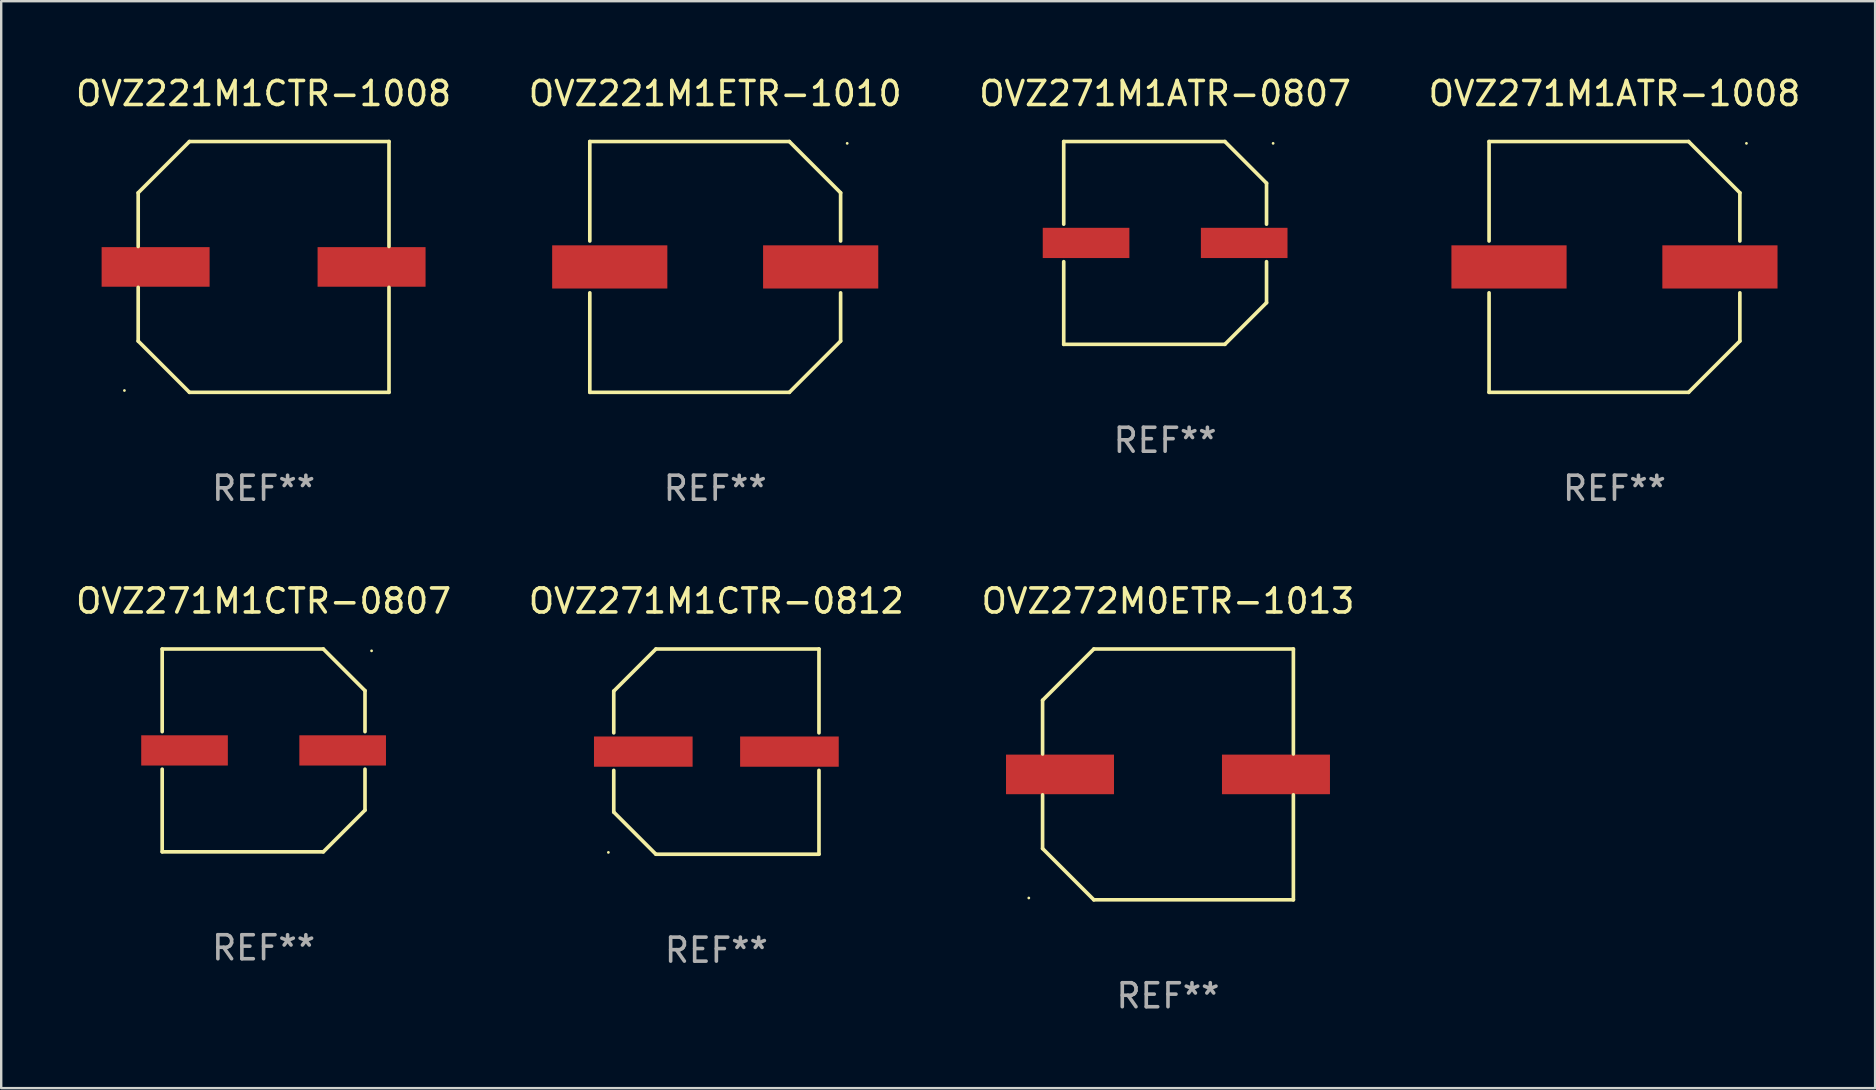
<source format=kicad_pcb>
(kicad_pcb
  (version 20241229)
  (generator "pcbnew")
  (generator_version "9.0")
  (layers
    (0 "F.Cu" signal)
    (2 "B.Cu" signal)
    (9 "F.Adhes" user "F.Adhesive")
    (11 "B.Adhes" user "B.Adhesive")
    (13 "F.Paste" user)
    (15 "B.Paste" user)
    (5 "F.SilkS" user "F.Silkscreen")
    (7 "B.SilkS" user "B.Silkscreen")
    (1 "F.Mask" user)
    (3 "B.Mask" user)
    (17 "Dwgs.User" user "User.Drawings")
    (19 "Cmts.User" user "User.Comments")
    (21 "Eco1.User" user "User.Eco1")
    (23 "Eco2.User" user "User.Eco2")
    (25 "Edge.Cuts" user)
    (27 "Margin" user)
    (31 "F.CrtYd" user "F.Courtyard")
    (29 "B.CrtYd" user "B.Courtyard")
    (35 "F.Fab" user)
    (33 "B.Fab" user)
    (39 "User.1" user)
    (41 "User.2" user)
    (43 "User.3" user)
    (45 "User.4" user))
  (footprint "OVZ272M0ETR-1013"
    (layer "F.Cu")
    (at 45.625 29.223)
    (property "Reference" "OVZ272M0ETR-1013" (at 0 -7.226 0) (layer "F.SilkS") (effects (font (size 1 1) (thickness 0.15))))
    (attr through_hole)
    (fp_line (start -5.226 -3.09) (end -5.226 -0.852) (stroke (width 0.152) (type solid)) (layer "F.SilkS"))
    (fp_line (start -5.226 3.09) (end -5.226 0.852) (stroke (width 0.152) (type solid)) (layer "F.SilkS"))
    (fp_line (start -3.09 -5.226) (end -5.226 -3.09) (stroke (width 0.152) (type solid)) (layer "F.SilkS"))
    (fp_line (start -3.09 5.226) (end -5.226 3.09) (stroke (width 0.152) (type solid)) (layer "F.SilkS"))
    (fp_line (start 5.226 -5.226) (end -3.09 -5.226) (stroke (width 0.152) (type solid)) (layer "F.SilkS"))
    (fp_line (start 5.226 -0.852) (end 5.226 -5.226) (stroke (width 0.152) (type solid)) (layer "F.SilkS"))
    (fp_line (start 5.226 0.852) (end 5.226 5.226) (stroke (width 0.152) (type solid)) (layer "F.SilkS"))
    (fp_line (start 5.226 5.226) (end -3.09 5.226) (stroke (width 0.152) (type solid)) (layer "F.SilkS"))
    (fp_circle (center -5.8 5.15) (end -5.77 5.15) (stroke (width 0.06) (type solid)) (fill no) (layer "F.SilkS"))
    (fp_text user "REF**" (at 0 9.226 0) (layer "F.Fab") (effects (font (size 1 1) (thickness 0.15))))
    (pad "1" smd rect (at -4.5 0) (size 4.5 1.65) (layers "F.Cu" "F.Mask" "F.Paste"))
    (pad "2" smd rect (at 4.5 0) (size 4.5 1.65) (layers "F.Cu" "F.Mask" "F.Paste")))
  (footprint "OVZ271M1ATR-0807"
    (layer "F.Cu")
    (at 45.506 7.074)
    (property "Reference" "OVZ271M1ATR-0807" (at 0 -6.226 0) (layer "F.SilkS") (effects (font (size 1 1) (thickness 0.15))))
    (attr through_hole)
    (fp_line (start -4.226 -4.226) (end 2.49 -4.226) (stroke (width 0.152) (type solid)) (layer "F.SilkS"))
    (fp_line (start -4.226 -0.782) (end -4.226 -4.226) (stroke (width 0.152) (type solid)) (layer "F.SilkS"))
    (fp_line (start -4.226 0.782) (end -4.226 4.226) (stroke (width 0.152) (type solid)) (layer "F.SilkS"))
    (fp_line (start -4.226 4.226) (end 2.49 4.226) (stroke (width 0.152) (type solid)) (layer "F.SilkS"))
    (fp_line (start 2.49 -4.226) (end 4.226 -2.49) (stroke (width 0.152) (type solid)) (layer "F.SilkS"))
    (fp_line (start 2.49 4.226) (end 4.226 2.49) (stroke (width 0.152) (type solid)) (layer "F.SilkS"))
    (fp_line (start 4.226 -2.49) (end 4.226 -0.782) (stroke (width 0.152) (type solid)) (layer "F.SilkS"))
    (fp_line (start 4.226 2.49) (end 4.226 0.782) (stroke (width 0.152) (type solid)) (layer "F.SilkS"))
    (fp_circle (center 4.5 -4.15) (end 4.53 -4.15) (stroke (width 0.06) (type solid)) (fill no) (layer "F.SilkS"))
    (fp_text user "REF**" (at 0 8.226 0) (layer "F.Fab") (effects (font (size 1 1) (thickness 0.15))))
    (pad "1" smd rect (at 3.295 0 180) (size 3.61 1.26) (layers "F.Cu" "F.Mask" "F.Paste"))
    (pad "2" smd rect (at -3.295 0 180) (size 3.61 1.26) (layers "F.Cu" "F.Mask" "F.Paste")))
  (footprint "OVZ271M1CTR-0807"
    (layer "F.Cu")
    (at 7.935 28.223)
    (property "Reference" "OVZ271M1CTR-0807" (at 0 -6.226 0) (layer "F.SilkS") (effects (font (size 1 1) (thickness 0.15))))
    (attr through_hole)
    (fp_line (start -4.226 -4.226) (end 2.49 -4.226) (stroke (width 0.152) (type solid)) (layer "F.SilkS"))
    (fp_line (start -4.226 -0.782) (end -4.226 -4.226) (stroke (width 0.152) (type solid)) (layer "F.SilkS"))
    (fp_line (start -4.226 0.782) (end -4.226 4.226) (stroke (width 0.152) (type solid)) (layer "F.SilkS"))
    (fp_line (start -4.226 4.226) (end 2.49 4.226) (stroke (width 0.152) (type solid)) (layer "F.SilkS"))
    (fp_line (start 2.49 -4.226) (end 4.226 -2.49) (stroke (width 0.152) (type solid)) (layer "F.SilkS"))
    (fp_line (start 2.49 4.226) (end 4.226 2.49) (stroke (width 0.152) (type solid)) (layer "F.SilkS"))
    (fp_line (start 4.226 -2.49) (end 4.226 -0.782) (stroke (width 0.152) (type solid)) (layer "F.SilkS"))
    (fp_line (start 4.226 2.49) (end 4.226 0.782) (stroke (width 0.152) (type solid)) (layer "F.SilkS"))
    (fp_circle (center 4.5 -4.15) (end 4.53 -4.15) (stroke (width 0.06) (type solid)) (fill no) (layer "F.SilkS"))
    (fp_text user "REF**" (at 0 8.226 0) (layer "F.Fab") (effects (font (size 1 1) (thickness 0.15))))
    (pad "1" smd rect (at 3.295 0 180) (size 3.61 1.26) (layers "F.Cu" "F.Mask" "F.Paste"))
    (pad "2" smd rect (at -3.295 0 180) (size 3.61 1.26) (layers "F.Cu" "F.Mask" "F.Paste")))
  (footprint "OVZ271M1CTR-0812"
    (layer "F.Cu")
    (at 26.804 28.273)
    (property "Reference" "OVZ271M1CTR-0812" (at 0 -6.276 0) (layer "F.SilkS") (effects (font (size 1 1) (thickness 0.15))))
    (attr through_hole)
    (fp_line (start -4.276 -2.52) (end -2.52 -4.276) (stroke (width 0.152) (type solid)) (layer "F.SilkS"))
    (fp_line (start -4.276 -0.782) (end -4.276 -2.52) (stroke (width 0.152) (type solid)) (layer "F.SilkS"))
    (fp_line (start -4.276 0.782) (end -4.276 2.52) (stroke (width 0.152) (type solid)) (layer "F.SilkS"))
    (fp_line (start -4.276 2.52) (end -2.52 4.276) (stroke (width 0.152) (type solid)) (layer "F.SilkS"))
    (fp_line (start -2.52 -4.276) (end 4.276 -4.276) (stroke (width 0.152) (type solid)) (layer "F.SilkS"))
    (fp_line (start -2.52 4.276) (end 4.276 4.276) (stroke (width 0.152) (type solid)) (layer "F.SilkS"))
    (fp_line (start 4.276 -4.276) (end 4.276 -0.782) (stroke (width 0.152) (type solid)) (layer "F.SilkS"))
    (fp_line (start 4.276 4.276) (end 4.276 0.782) (stroke (width 0.152) (type solid)) (layer "F.SilkS"))
    (fp_circle (center -4.5 4.2) (end -4.47 4.2) (stroke (width 0.06) (type solid)) (fill no) (layer "F.SilkS"))
    (fp_text user "REF**" (at 0 8.276 0) (layer "F.Fab") (effects (font (size 1 1) (thickness 0.15))))
    (pad "1" smd rect (at -3.045 0) (size 4.11 1.26) (layers "F.Cu" "F.Mask" "F.Paste"))
    (pad "2" smd rect (at 3.045 0) (size 4.11 1.26) (layers "F.Cu" "F.Mask" "F.Paste")))
  (footprint "OVZ271M1ATR-1008"
    (layer "F.Cu")
    (at 64.232 8.074)
    (property "Reference" "OVZ271M1ATR-1008" (at 0 -7.226 0) (layer "F.SilkS") (effects (font (size 1 1) (thickness 0.15))))
    (attr through_hole)
    (fp_line (start -5.226 -5.226) (end -5.226 -1.08) (stroke (width 0.152) (type solid)) (layer "F.SilkS"))
    (fp_line (start -5.226 -5.226) (end 3.09 -5.226) (stroke (width 0.152) (type solid)) (layer "F.SilkS"))
    (fp_line (start -5.226 1.08) (end -5.226 5.226) (stroke (width 0.152) (type solid)) (layer "F.SilkS"))
    (fp_line (start -5.226 5.226) (end 3.09 5.226) (stroke (width 0.152) (type solid)) (layer "F.SilkS"))
    (fp_line (start 3.09 -5.226) (end 5.226 -3.09) (stroke (width 0.152) (type solid)) (layer "F.SilkS"))
    (fp_line (start 3.09 5.226) (end 5.226 3.09) (stroke (width 0.152) (type solid)) (layer "F.SilkS"))
    (fp_line (start 5.226 -1.08) (end 5.226 -3.09) (stroke (width 0.152) (type solid)) (layer "F.SilkS"))
    (fp_line (start 5.226 3.09) (end 5.226 1.08) (stroke (width 0.152) (type solid)) (layer "F.SilkS"))
    (fp_circle (center 5.5 -5.15) (end 5.53 -5.15) (stroke (width 0.06) (type solid)) (fill no) (layer "F.SilkS"))
    (fp_text user "REF**" (at 0 9.226 0) (layer "F.Fab") (effects (font (size 1 1) (thickness 0.15))))
    (pad "1" smd rect (at 4.395 0 180) (size 4.8 1.8) (layers "F.Cu" "F.Mask" "F.Paste"))
    (pad "2" smd rect (at -4.395 0 180) (size 4.8 1.8) (layers "F.Cu" "F.Mask" "F.Paste")))
  (footprint "OVZ221M1CTR-1008"
    (layer "F.Cu")
    (at 7.935 8.074)
    (property "Reference" "OVZ221M1CTR-1008" (at 0 -7.226 0) (layer "F.SilkS") (effects (font (size 1 1) (thickness 0.15))))
    (attr through_hole)
    (fp_line (start -5.226 -3.09) (end -5.226 -0.852) (stroke (width 0.152) (type solid)) (layer "F.SilkS"))
    (fp_line (start -5.226 3.09) (end -5.226 0.852) (stroke (width 0.152) (type solid)) (layer "F.SilkS"))
    (fp_line (start -3.09 -5.226) (end -5.226 -3.09) (stroke (width 0.152) (type solid)) (layer "F.SilkS"))
    (fp_line (start -3.09 5.226) (end -5.226 3.09) (stroke (width 0.152) (type solid)) (layer "F.SilkS"))
    (fp_line (start 5.226 -5.226) (end -3.09 -5.226) (stroke (width 0.152) (type solid)) (layer "F.SilkS"))
    (fp_line (start 5.226 -0.852) (end 5.226 -5.226) (stroke (width 0.152) (type solid)) (layer "F.SilkS"))
    (fp_line (start 5.226 0.852) (end 5.226 5.226) (stroke (width 0.152) (type solid)) (layer "F.SilkS"))
    (fp_line (start 5.226 5.226) (end -3.09 5.226) (stroke (width 0.152) (type solid)) (layer "F.SilkS"))
    (fp_circle (center -5.8 5.15) (end -5.77 5.15) (stroke (width 0.06) (type solid)) (fill no) (layer "F.SilkS"))
    (fp_text user "REF**" (at 0 9.226 0) (layer "F.Fab") (effects (font (size 1 1) (thickness 0.15))))
    (pad "1" smd rect (at -4.5 0) (size 4.5 1.65) (layers "F.Cu" "F.Mask" "F.Paste"))
    (pad "2" smd rect (at 4.5 0) (size 4.5 1.65) (layers "F.Cu" "F.Mask" "F.Paste")))
  (footprint "OVZ221M1ETR-1010"
    (layer "F.Cu")
    (at 26.756 8.074)
    (property "Reference" "OVZ221M1ETR-1010" (at 0 -7.226 0) (layer "F.SilkS") (effects (font (size 1 1) (thickness 0.15))))
    (attr through_hole)
    (fp_line (start -5.226 -5.226) (end -5.226 -1.08) (stroke (width 0.152) (type solid)) (layer "F.SilkS"))
    (fp_line (start -5.226 -5.226) (end 3.09 -5.226) (stroke (width 0.152) (type solid)) (layer "F.SilkS"))
    (fp_line (start -5.226 1.08) (end -5.226 5.226) (stroke (width 0.152) (type solid)) (layer "F.SilkS"))
    (fp_line (start -5.226 5.226) (end 3.09 5.226) (stroke (width 0.152) (type solid)) (layer "F.SilkS"))
    (fp_line (start 3.09 -5.226) (end 5.226 -3.09) (stroke (width 0.152) (type solid)) (layer "F.SilkS"))
    (fp_line (start 3.09 5.226) (end 5.226 3.09) (stroke (width 0.152) (type solid)) (layer "F.SilkS"))
    (fp_line (start 5.226 -1.08) (end 5.226 -3.09) (stroke (width 0.152) (type solid)) (layer "F.SilkS"))
    (fp_line (start 5.226 3.09) (end 5.226 1.08) (stroke (width 0.152) (type solid)) (layer "F.SilkS"))
    (fp_circle (center 5.5 -5.15) (end 5.53 -5.15) (stroke (width 0.06) (type solid)) (fill no) (layer "F.SilkS"))
    (fp_text user "REF**" (at 0 9.226 0) (layer "F.Fab") (effects (font (size 1 1) (thickness 0.15))))
    (pad "1" smd rect (at 4.395 0 180) (size 4.8 1.8) (layers "F.Cu" "F.Mask" "F.Paste"))
    (pad "2" smd rect (at -4.395 0 180) (size 4.8 1.8) (layers "F.Cu" "F.Mask" "F.Paste")))
  (gr_rect
    (start -3 -3)
    (end 75.095 42.298)
    (stroke (width 0.1) (type default))
    (fill no)
    (layer "Edge.Cuts")))
</source>
